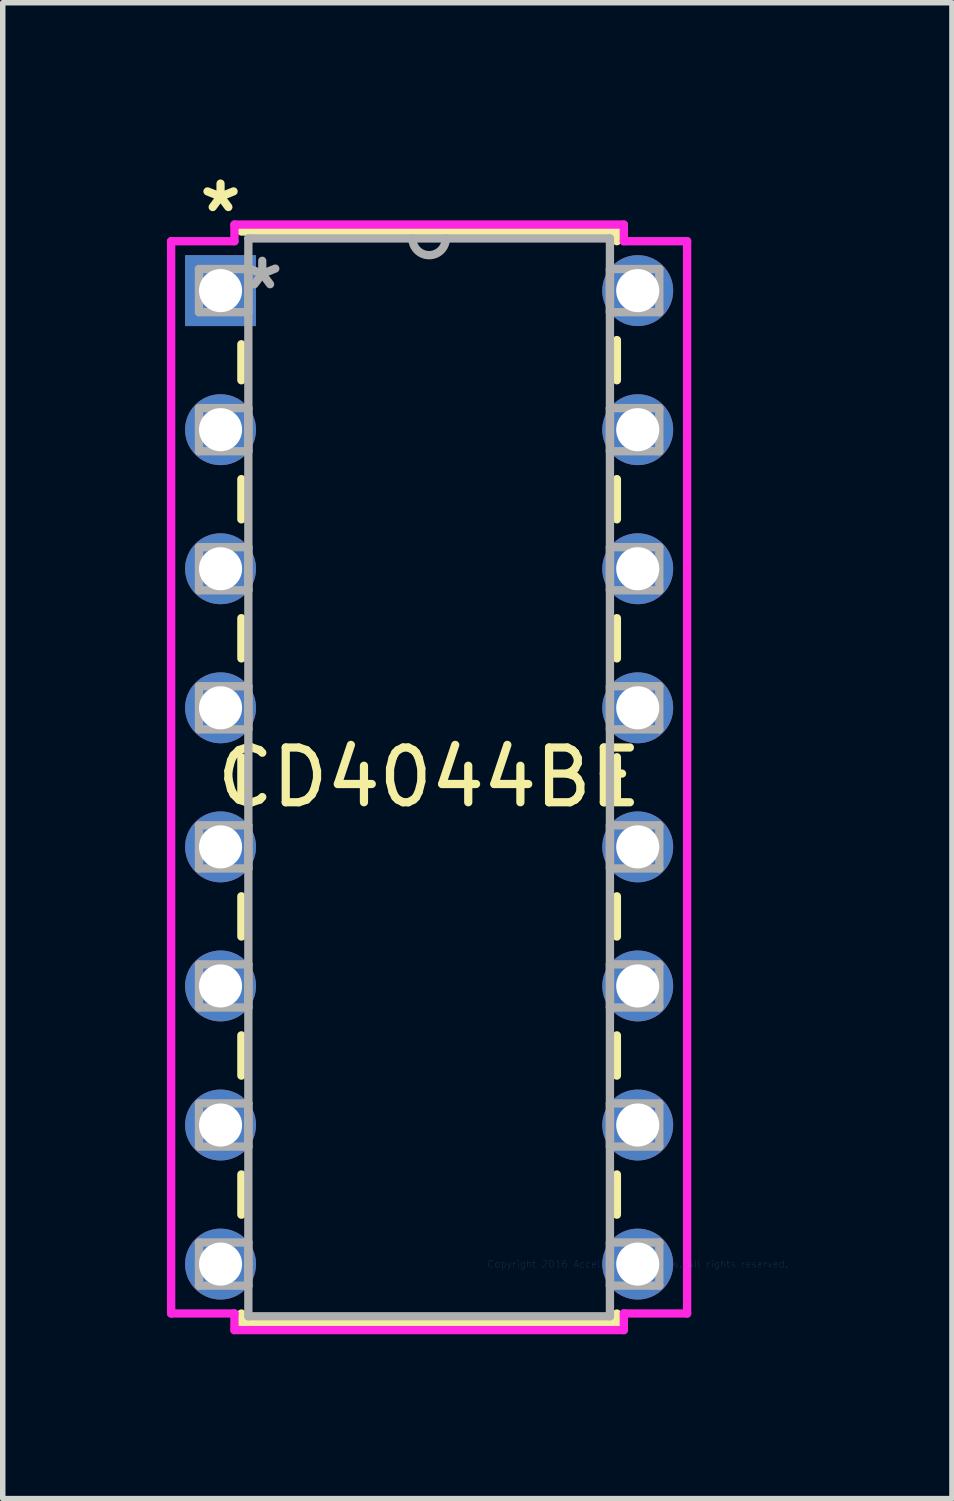
<source format=kicad_pcb>
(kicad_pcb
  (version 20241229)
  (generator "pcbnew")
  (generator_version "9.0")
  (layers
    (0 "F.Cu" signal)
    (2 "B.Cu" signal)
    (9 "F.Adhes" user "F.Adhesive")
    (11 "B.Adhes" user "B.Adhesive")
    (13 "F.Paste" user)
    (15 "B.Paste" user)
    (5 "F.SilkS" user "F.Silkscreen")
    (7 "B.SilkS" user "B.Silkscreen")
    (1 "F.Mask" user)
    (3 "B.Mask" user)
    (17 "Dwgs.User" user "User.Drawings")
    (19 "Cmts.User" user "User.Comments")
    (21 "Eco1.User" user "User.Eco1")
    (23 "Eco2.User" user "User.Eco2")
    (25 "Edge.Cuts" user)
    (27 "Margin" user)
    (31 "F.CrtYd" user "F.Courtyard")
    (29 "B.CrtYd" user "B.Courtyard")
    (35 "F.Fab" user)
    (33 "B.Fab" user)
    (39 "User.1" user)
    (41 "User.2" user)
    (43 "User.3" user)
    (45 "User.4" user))
  (footprint "CD4044BE"
    (layer "F.Cu")
    (at 8.598 20.038)
    (property "Reference" "CD4044BE" (at -3.81 -8.89 0) (layer "F.SilkS") (effects (font (size 1 1) (thickness 0.15))))
    (attr through_hole)
    (fp_line (start -7.239 -16.8) (end -7.239 -16.143) (stroke (width 0.152) (type solid)) (layer "F.SilkS"))
    (fp_line (start -7.239 -14.337) (end -7.239 -13.603) (stroke (width 0.152) (type solid)) (layer "F.SilkS"))
    (fp_line (start -7.239 -11.797) (end -7.239 -11.063) (stroke (width 0.152) (type solid)) (layer "F.SilkS"))
    (fp_line (start -7.239 -9.257) (end -7.239 -8.523) (stroke (width 0.152) (type solid)) (layer "F.SilkS"))
    (fp_line (start -7.239 -6.717) (end -7.239 -5.983) (stroke (width 0.152) (type solid)) (layer "F.SilkS"))
    (fp_line (start -7.239 -4.177) (end -7.239 -3.443) (stroke (width 0.152) (type solid)) (layer "F.SilkS"))
    (fp_line (start -7.239 -1.637) (end -7.239 -0.903) (stroke (width 0.152) (type solid)) (layer "F.SilkS"))
    (fp_line (start -7.239 0.903) (end -7.239 1.079) (stroke (width 0.152) (type solid)) (layer "F.SilkS"))
    (fp_line (start -7.239 1.079) (end -0.381 1.079) (stroke (width 0.152) (type solid)) (layer "F.SilkS"))
    (fp_line (start -0.381 -18.86) (end -7.239 -18.86) (stroke (width 0.152) (type solid)) (layer "F.SilkS"))
    (fp_line (start -0.381 -18.683) (end -0.381 -18.86) (stroke (width 0.152) (type solid)) (layer "F.SilkS"))
    (fp_line (start -0.381 -16.143) (end -0.381 -16.877) (stroke (width 0.152) (type solid)) (layer "F.SilkS"))
    (fp_line (start -0.381 -13.603) (end -0.381 -14.337) (stroke (width 0.152) (type solid)) (layer "F.SilkS"))
    (fp_line (start -0.381 -11.063) (end -0.381 -11.797) (stroke (width 0.152) (type solid)) (layer "F.SilkS"))
    (fp_line (start -0.381 -8.523) (end -0.381 -9.257) (stroke (width 0.152) (type solid)) (layer "F.SilkS"))
    (fp_line (start -0.381 -5.983) (end -0.381 -6.717) (stroke (width 0.152) (type solid)) (layer "F.SilkS"))
    (fp_line (start -0.381 -3.443) (end -0.381 -4.177) (stroke (width 0.152) (type solid)) (layer "F.SilkS"))
    (fp_line (start -0.381 -0.903) (end -0.381 -1.637) (stroke (width 0.152) (type solid)) (layer "F.SilkS"))
    (fp_line (start -0.381 1.079) (end -0.381 0.903) (stroke (width 0.152) (type solid)) (layer "F.SilkS"))
    (fp_line (start -8.522 -18.682) (end -8.522 0.902) (stroke (width 0.152) (type solid)) (layer "F.CrtYd"))
    (fp_line (start -8.522 0.902) (end -7.366 0.902) (stroke (width 0.152) (type solid)) (layer "F.CrtYd"))
    (fp_line (start -7.366 -18.986) (end -7.366 -18.682) (stroke (width 0.152) (type solid)) (layer "F.CrtYd"))
    (fp_line (start -7.366 -18.682) (end -8.522 -18.682) (stroke (width 0.152) (type solid)) (layer "F.CrtYd"))
    (fp_line (start -7.366 0.902) (end -7.366 1.206) (stroke (width 0.152) (type solid)) (layer "F.CrtYd"))
    (fp_line (start -7.366 1.206) (end -0.254 1.206) (stroke (width 0.152) (type solid)) (layer "F.CrtYd"))
    (fp_line (start -0.254 -18.986) (end -7.366 -18.986) (stroke (width 0.152) (type solid)) (layer "F.CrtYd"))
    (fp_line (start -0.254 -18.682) (end -0.254 -18.986) (stroke (width 0.152) (type solid)) (layer "F.CrtYd"))
    (fp_line (start -0.254 0.902) (end 0.902 0.902) (stroke (width 0.152) (type solid)) (layer "F.CrtYd"))
    (fp_line (start -0.254 1.206) (end -0.254 0.902) (stroke (width 0.152) (type solid)) (layer "F.CrtYd"))
    (fp_line (start 0.902 -18.682) (end -0.254 -18.682) (stroke (width 0.152) (type solid)) (layer "F.CrtYd"))
    (fp_line (start 0.902 0.902) (end 0.902 -18.682) (stroke (width 0.152) (type solid)) (layer "F.CrtYd"))
    (fp_line (start -8.014 -18.174) (end -8.014 -17.386) (stroke (width 0.152) (type solid)) (layer "F.Fab"))
    (fp_line (start -8.014 -17.386) (end -7.112 -17.386) (stroke (width 0.152) (type solid)) (layer "F.Fab"))
    (fp_line (start -8.014 -15.634) (end -8.014 -14.846) (stroke (width 0.152) (type solid)) (layer "F.Fab"))
    (fp_line (start -8.014 -14.846) (end -7.112 -14.846) (stroke (width 0.152) (type solid)) (layer "F.Fab"))
    (fp_line (start -8.014 -13.094) (end -8.014 -12.306) (stroke (width 0.152) (type solid)) (layer "F.Fab"))
    (fp_line (start -8.014 -12.306) (end -7.112 -12.306) (stroke (width 0.152) (type solid)) (layer "F.Fab"))
    (fp_line (start -8.014 -10.554) (end -8.014 -9.766) (stroke (width 0.152) (type solid)) (layer "F.Fab"))
    (fp_line (start -8.014 -9.766) (end -7.112 -9.766) (stroke (width 0.152) (type solid)) (layer "F.Fab"))
    (fp_line (start -8.014 -8.014) (end -8.014 -7.226) (stroke (width 0.152) (type solid)) (layer "F.Fab"))
    (fp_line (start -8.014 -7.226) (end -7.112 -7.226) (stroke (width 0.152) (type solid)) (layer "F.Fab"))
    (fp_line (start -8.014 -5.474) (end -8.014 -4.686) (stroke (width 0.152) (type solid)) (layer "F.Fab"))
    (fp_line (start -8.014 -4.686) (end -7.112 -4.686) (stroke (width 0.152) (type solid)) (layer "F.Fab"))
    (fp_line (start -8.014 -2.934) (end -8.014 -2.146) (stroke (width 0.152) (type solid)) (layer "F.Fab"))
    (fp_line (start -8.014 -2.146) (end -7.112 -2.146) (stroke (width 0.152) (type solid)) (layer "F.Fab"))
    (fp_line (start -8.014 -0.394) (end -8.014 0.394) (stroke (width 0.152) (type solid)) (layer "F.Fab"))
    (fp_line (start -8.014 0.394) (end -7.112 0.394) (stroke (width 0.152) (type solid)) (layer "F.Fab"))
    (fp_line (start -7.112 -18.733) (end -7.112 0.953) (stroke (width 0.152) (type solid)) (layer "F.Fab"))
    (fp_line (start -7.112 -18.174) (end -8.014 -18.174) (stroke (width 0.152) (type solid)) (layer "F.Fab"))
    (fp_line (start -7.112 -17.386) (end -7.112 -18.174) (stroke (width 0.152) (type solid)) (layer "F.Fab"))
    (fp_line (start -7.112 -15.634) (end -8.014 -15.634) (stroke (width 0.152) (type solid)) (layer "F.Fab"))
    (fp_line (start -7.112 -14.846) (end -7.112 -15.634) (stroke (width 0.152) (type solid)) (layer "F.Fab"))
    (fp_line (start -7.112 -13.094) (end -8.014 -13.094) (stroke (width 0.152) (type solid)) (layer "F.Fab"))
    (fp_line (start -7.112 -12.306) (end -7.112 -13.094) (stroke (width 0.152) (type solid)) (layer "F.Fab"))
    (fp_line (start -7.112 -10.554) (end -8.014 -10.554) (stroke (width 0.152) (type solid)) (layer "F.Fab"))
    (fp_line (start -7.112 -9.766) (end -7.112 -10.554) (stroke (width 0.152) (type solid)) (layer "F.Fab"))
    (fp_line (start -7.112 -8.014) (end -8.014 -8.014) (stroke (width 0.152) (type solid)) (layer "F.Fab"))
    (fp_line (start -7.112 -7.226) (end -7.112 -8.014) (stroke (width 0.152) (type solid)) (layer "F.Fab"))
    (fp_line (start -7.112 -5.474) (end -8.014 -5.474) (stroke (width 0.152) (type solid)) (layer "F.Fab"))
    (fp_line (start -7.112 -4.686) (end -7.112 -5.474) (stroke (width 0.152) (type solid)) (layer "F.Fab"))
    (fp_line (start -7.112 -2.934) (end -8.014 -2.934) (stroke (width 0.152) (type solid)) (layer "F.Fab"))
    (fp_line (start -7.112 -2.146) (end -7.112 -2.934) (stroke (width 0.152) (type solid)) (layer "F.Fab"))
    (fp_line (start -7.112 -0.394) (end -8.014 -0.394) (stroke (width 0.152) (type solid)) (layer "F.Fab"))
    (fp_line (start -7.112 0.394) (end -7.112 -0.394) (stroke (width 0.152) (type solid)) (layer "F.Fab"))
    (fp_line (start -7.112 0.953) (end -0.508 0.953) (stroke (width 0.152) (type solid)) (layer "F.Fab"))
    (fp_line (start -0.508 -18.733) (end -7.112 -18.733) (stroke (width 0.152) (type solid)) (layer "F.Fab"))
    (fp_line (start -0.508 -18.174) (end -0.508 -17.386) (stroke (width 0.152) (type solid)) (layer "F.Fab"))
    (fp_line (start -0.508 -17.386) (end 0.394 -17.386) (stroke (width 0.152) (type solid)) (layer "F.Fab"))
    (fp_line (start -0.508 -15.634) (end -0.508 -14.846) (stroke (width 0.152) (type solid)) (layer "F.Fab"))
    (fp_line (start -0.508 -14.846) (end 0.394 -14.846) (stroke (width 0.152) (type solid)) (layer "F.Fab"))
    (fp_line (start -0.508 -13.094) (end -0.508 -12.306) (stroke (width 0.152) (type solid)) (layer "F.Fab"))
    (fp_line (start -0.508 -12.306) (end 0.394 -12.306) (stroke (width 0.152) (type solid)) (layer "F.Fab"))
    (fp_line (start -0.508 -10.554) (end -0.508 -9.766) (stroke (width 0.152) (type solid)) (layer "F.Fab"))
    (fp_line (start -0.508 -9.766) (end 0.394 -9.766) (stroke (width 0.152) (type solid)) (layer "F.Fab"))
    (fp_line (start -0.508 -8.014) (end -0.508 -7.226) (stroke (width 0.152) (type solid)) (layer "F.Fab"))
    (fp_line (start -0.508 -7.226) (end 0.394 -7.226) (stroke (width 0.152) (type solid)) (layer "F.Fab"))
    (fp_line (start -0.508 -5.474) (end -0.508 -4.686) (stroke (width 0.152) (type solid)) (layer "F.Fab"))
    (fp_line (start -0.508 -4.686) (end 0.394 -4.686) (stroke (width 0.152) (type solid)) (layer "F.Fab"))
    (fp_line (start -0.508 -2.934) (end -0.508 -2.146) (stroke (width 0.152) (type solid)) (layer "F.Fab"))
    (fp_line (start -0.508 -2.146) (end 0.394 -2.146) (stroke (width 0.152) (type solid)) (layer "F.Fab"))
    (fp_line (start -0.508 -0.394) (end -0.508 0.394) (stroke (width 0.152) (type solid)) (layer "F.Fab"))
    (fp_line (start -0.508 0.394) (end 0.394 0.394) (stroke (width 0.152) (type solid)) (layer "F.Fab"))
    (fp_line (start -0.508 0.953) (end -0.508 -18.733) (stroke (width 0.152) (type solid)) (layer "F.Fab"))
    (fp_line (start 0.394 -18.174) (end -0.508 -18.174) (stroke (width 0.152) (type solid)) (layer "F.Fab"))
    (fp_line (start 0.394 -17.386) (end 0.394 -18.174) (stroke (width 0.152) (type solid)) (layer "F.Fab"))
    (fp_line (start 0.394 -15.634) (end -0.508 -15.634) (stroke (width 0.152) (type solid)) (layer "F.Fab"))
    (fp_line (start 0.394 -14.846) (end 0.394 -15.634) (stroke (width 0.152) (type solid)) (layer "F.Fab"))
    (fp_line (start 0.394 -13.094) (end -0.508 -13.094) (stroke (width 0.152) (type solid)) (layer "F.Fab"))
    (fp_line (start 0.394 -12.306) (end 0.394 -13.094) (stroke (width 0.152) (type solid)) (layer "F.Fab"))
    (fp_line (start 0.394 -10.554) (end -0.508 -10.554) (stroke (width 0.152) (type solid)) (layer "F.Fab"))
    (fp_line (start 0.394 -9.766) (end 0.394 -10.554) (stroke (width 0.152) (type solid)) (layer "F.Fab"))
    (fp_line (start 0.394 -8.014) (end -0.508 -8.014) (stroke (width 0.152) (type solid)) (layer "F.Fab"))
    (fp_line (start 0.394 -7.226) (end 0.394 -8.014) (stroke (width 0.152) (type solid)) (layer "F.Fab"))
    (fp_line (start 0.394 -5.474) (end -0.508 -5.474) (stroke (width 0.152) (type solid)) (layer "F.Fab"))
    (fp_line (start 0.394 -4.686) (end 0.394 -5.474) (stroke (width 0.152) (type solid)) (layer "F.Fab"))
    (fp_line (start 0.394 -2.934) (end -0.508 -2.934) (stroke (width 0.152) (type solid)) (layer "F.Fab"))
    (fp_line (start 0.394 -2.146) (end 0.394 -2.934) (stroke (width 0.152) (type solid)) (layer "F.Fab"))
    (fp_line (start 0.394 -0.394) (end -0.508 -0.394) (stroke (width 0.152) (type solid)) (layer "F.Fab"))
    (fp_line (start 0.394 0.394) (end 0.394 -0.394) (stroke (width 0.152) (type solid)) (layer "F.Fab"))
    (fp_arc (start -3.5052 -18.7325) (mid -3.81 -18.4277) (end -4.1148 -18.7325) (stroke (width 0.1524) (type solid)) (layer "F.Fab"))
    (fp_text user "*" (at -7.62 -19.19 0) (layer "F.SilkS") (effects (font (size 1 1) (thickness 0.15))))
    (fp_text user "Copyright 2016 Accelerated Designs. All rights reserved." (at 0 0 0) (layer "Cmts.User") (effects (font (size 0.127 0.127) (thickness 0.002))))
    (fp_text user "*" (at -6.858 -17.78 0) (layer "F.Fab") (effects (font (size 1 1) (thickness 0.15))))
    (pad "1" thru_hole rect (at -7.62 -17.78) (size 1.295 1.295) (drill 0.787) (layers "*.Cu" "*.Mask"))
    (pad "2" thru_hole circle (at -7.62 -15.24) (size 1.295 1.295) (drill 0.787) (layers "*.Cu" "*.Mask"))
    (pad "3" thru_hole circle (at -7.62 -12.7) (size 1.295 1.295) (drill 0.787) (layers "*.Cu" "*.Mask"))
    (pad "4" thru_hole circle (at -7.62 -10.16) (size 1.295 1.295) (drill 0.787) (layers "*.Cu" "*.Mask"))
    (pad "5" thru_hole circle (at -7.62 -7.62) (size 1.295 1.295) (drill 0.787) (layers "*.Cu" "*.Mask"))
    (pad "6" thru_hole circle (at -7.62 -5.08) (size 1.295 1.295) (drill 0.787) (layers "*.Cu" "*.Mask"))
    (pad "7" thru_hole circle (at -7.62 -2.54) (size 1.295 1.295) (drill 0.787) (layers "*.Cu" "*.Mask"))
    (pad "8" thru_hole circle (at -7.62 0) (size 1.295 1.295) (drill 0.787) (layers "*.Cu" "*.Mask"))
    (pad "9" thru_hole circle (at 0 0) (size 1.295 1.295) (drill 0.787) (layers "*.Cu" "*.Mask"))
    (pad "10" thru_hole circle (at 0 -2.54) (size 1.295 1.295) (drill 0.787) (layers "*.Cu" "*.Mask"))
    (pad "11" thru_hole circle (at 0 -5.08) (size 1.295 1.295) (drill 0.787) (layers "*.Cu" "*.Mask"))
    (pad "12" thru_hole circle (at 0 -7.62) (size 1.295 1.295) (drill 0.787) (layers "*.Cu" "*.Mask"))
    (pad "13" thru_hole circle (at 0 -10.16) (size 1.295 1.295) (drill 0.787) (layers "*.Cu" "*.Mask"))
    (pad "14" thru_hole circle (at 0 -12.7) (size 1.295 1.295) (drill 0.787) (layers "*.Cu" "*.Mask"))
    (pad "15" thru_hole circle (at 0 -15.24) (size 1.295 1.295) (drill 0.787) (layers "*.Cu" "*.Mask"))
    (pad "16" thru_hole circle (at 0 -17.78) (size 1.295 1.295) (drill 0.787) (layers "*.Cu" "*.Mask")))
  (gr_rect
    (start -3 -3)
    (end 14.337 24.321)
    (stroke (width 0.1) (type default))
    (fill no)
    (layer "Edge.Cuts")))
</source>
